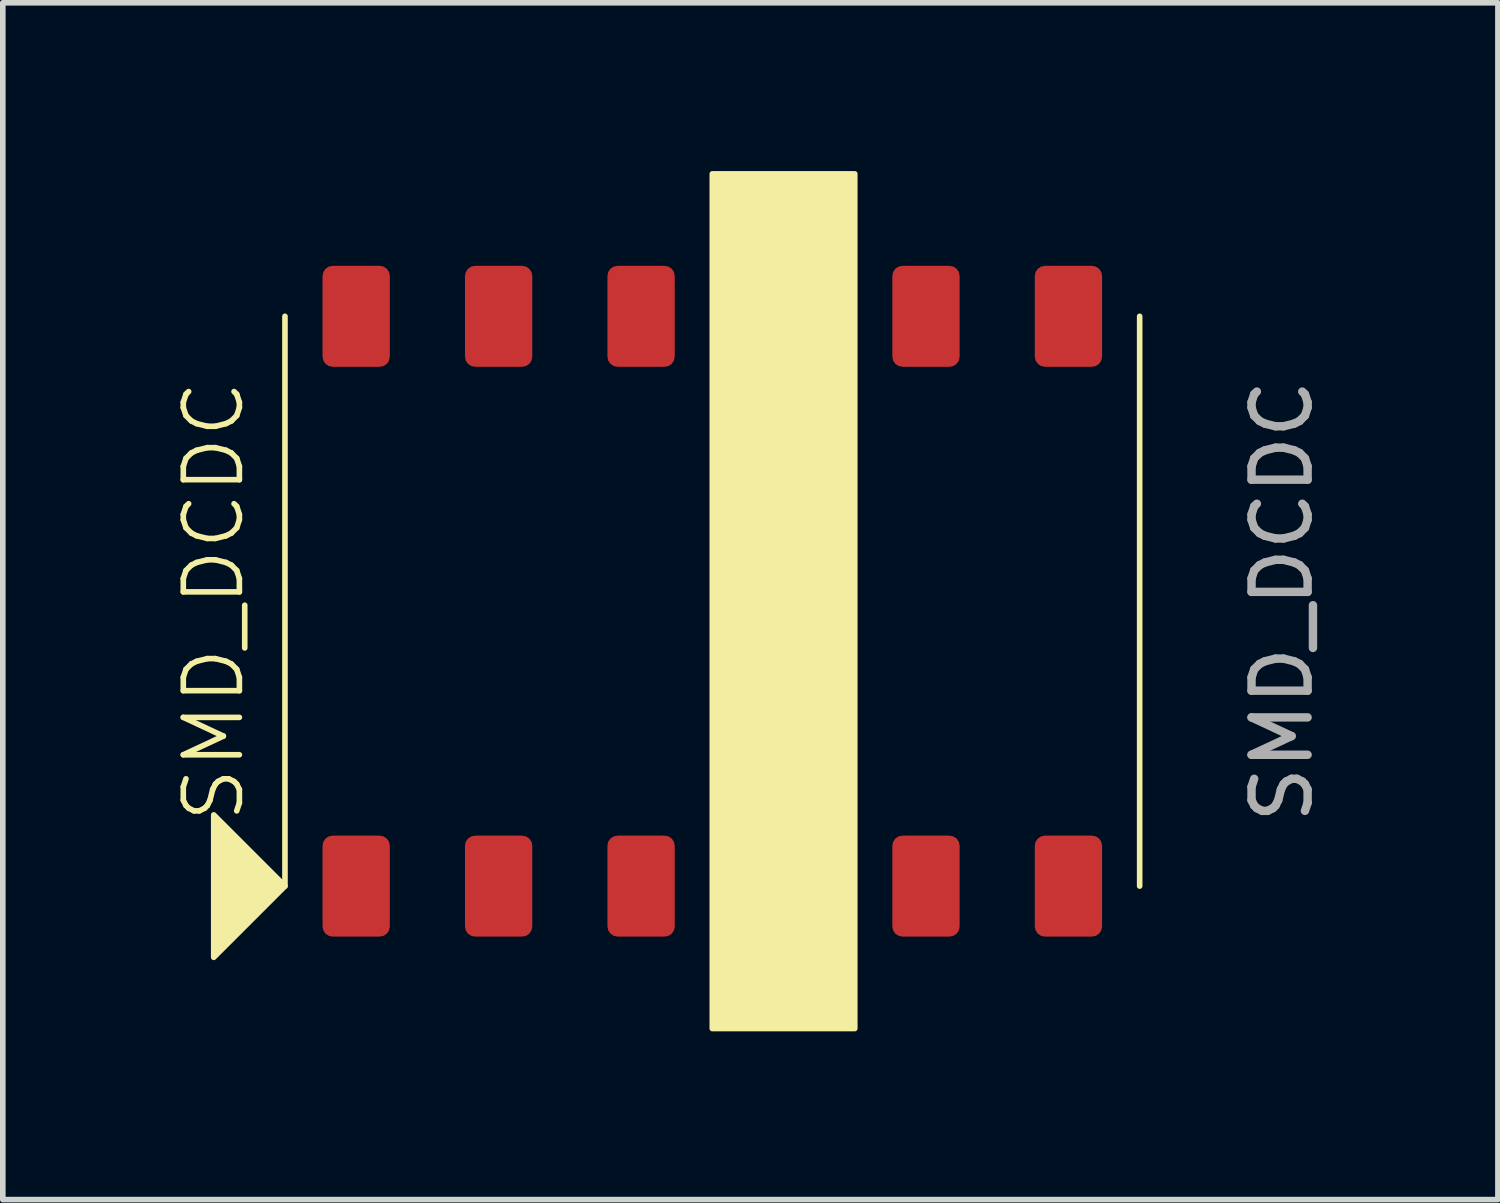
<source format=kicad_pcb>
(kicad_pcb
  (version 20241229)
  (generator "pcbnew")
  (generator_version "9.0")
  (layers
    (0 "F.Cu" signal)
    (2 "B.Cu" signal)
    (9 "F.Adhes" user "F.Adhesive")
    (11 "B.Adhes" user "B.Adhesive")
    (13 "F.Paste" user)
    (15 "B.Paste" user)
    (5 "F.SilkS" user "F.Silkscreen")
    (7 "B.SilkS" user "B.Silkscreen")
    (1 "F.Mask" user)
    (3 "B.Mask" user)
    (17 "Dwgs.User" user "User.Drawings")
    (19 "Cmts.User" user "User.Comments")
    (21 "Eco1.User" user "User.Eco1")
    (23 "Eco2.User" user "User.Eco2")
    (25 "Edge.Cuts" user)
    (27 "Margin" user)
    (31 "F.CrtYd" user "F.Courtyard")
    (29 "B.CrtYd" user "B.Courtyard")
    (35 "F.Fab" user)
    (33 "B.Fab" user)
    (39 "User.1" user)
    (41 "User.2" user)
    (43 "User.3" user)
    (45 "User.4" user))
  (footprint "SMD_DCDC"
    (layer "F.Cu")
    (at 10.921 7.67)
    (property "Reference" "SMD_DCDC" (at -10.16 0 90) (unlocked yes) (layer "F.SilkS") (effects (font (size 1 1) (thickness 0.1))))
    (attr smd)
    (fp_line (start -8.89 -5.08) (end -8.89 5.08) (stroke (width 0.1) (type default)) (layer "F.SilkS"))
    (fp_line (start 6.35 5.08) (end 6.35 -5.08) (stroke (width 0.1) (type default)) (layer "F.SilkS"))
    (fp_rect (start -1.27 -7.62) (end 1.27 7.62) (stroke (width 0.1) (type solid)) (fill yes) (layer "F.SilkS"))
    (fp_poly (pts (xy -8.89 5.08) (xy -10.16 3.81) (xy -10.16 6.35)) (stroke (width 0.1) (type solid)) (fill yes) (layer "F.SilkS"))
    (fp_text user "${REFERENCE}" (at 8.89 0 90) (unlocked yes) (layer "F.Fab") (effects (font (size 1 1) (thickness 0.15))))
    (pad "1" smd roundrect (at -7.62 5.08) (size 1.2 1.8) (layers "F.Cu" "F.Mask" "F.Paste") (roundrect_rratio 0.15))
    (pad "2" smd roundrect (at -5.08 5.08) (size 1.2 1.8) (layers "F.Cu" "F.Mask" "F.Paste") (roundrect_rratio 0.15))
    (pad "3" smd roundrect (at -2.54 5.08) (size 1.2 1.8) (layers "F.Cu" "F.Mask" "F.Paste") (roundrect_rratio 0.15))
    (pad "5" smd roundrect (at 2.54 5.08) (size 1.2 1.8) (layers "F.Cu" "F.Mask" "F.Paste") (roundrect_rratio 0.15))
    (pad "6" smd roundrect (at 5.08 5.08) (size 1.2 1.8) (layers "F.Cu" "F.Mask" "F.Paste") (roundrect_rratio 0.15))
    (pad "7" smd roundrect (at 5.08 -5.08) (size 1.2 1.8) (layers "F.Cu" "F.Mask" "F.Paste") (roundrect_rratio 0.15))
    (pad "8" smd roundrect (at 2.54 -5.08) (size 1.2 1.8) (layers "F.Cu" "F.Mask" "F.Paste") (roundrect_rratio 0.15))
    (pad "10" smd roundrect (at -2.54 -5.08) (size 1.2 1.8) (layers "F.Cu" "F.Mask" "F.Paste") (roundrect_rratio 0.15))
    (pad "11" smd roundrect (at -5.08 -5.08) (size 1.2 1.8) (layers "F.Cu" "F.Mask" "F.Paste") (roundrect_rratio 0.15))
    (pad "12" smd roundrect (at -7.62 -5.08) (size 1.2 1.8) (layers "F.Cu" "F.Mask" "F.Paste") (roundrect_rratio 0.15)))
  (gr_rect
    (start -3 -3)
    (end 23.659 18.34)
    (stroke (width 0.1) (type default))
    (fill no)
    (layer "Edge.Cuts")))
</source>
